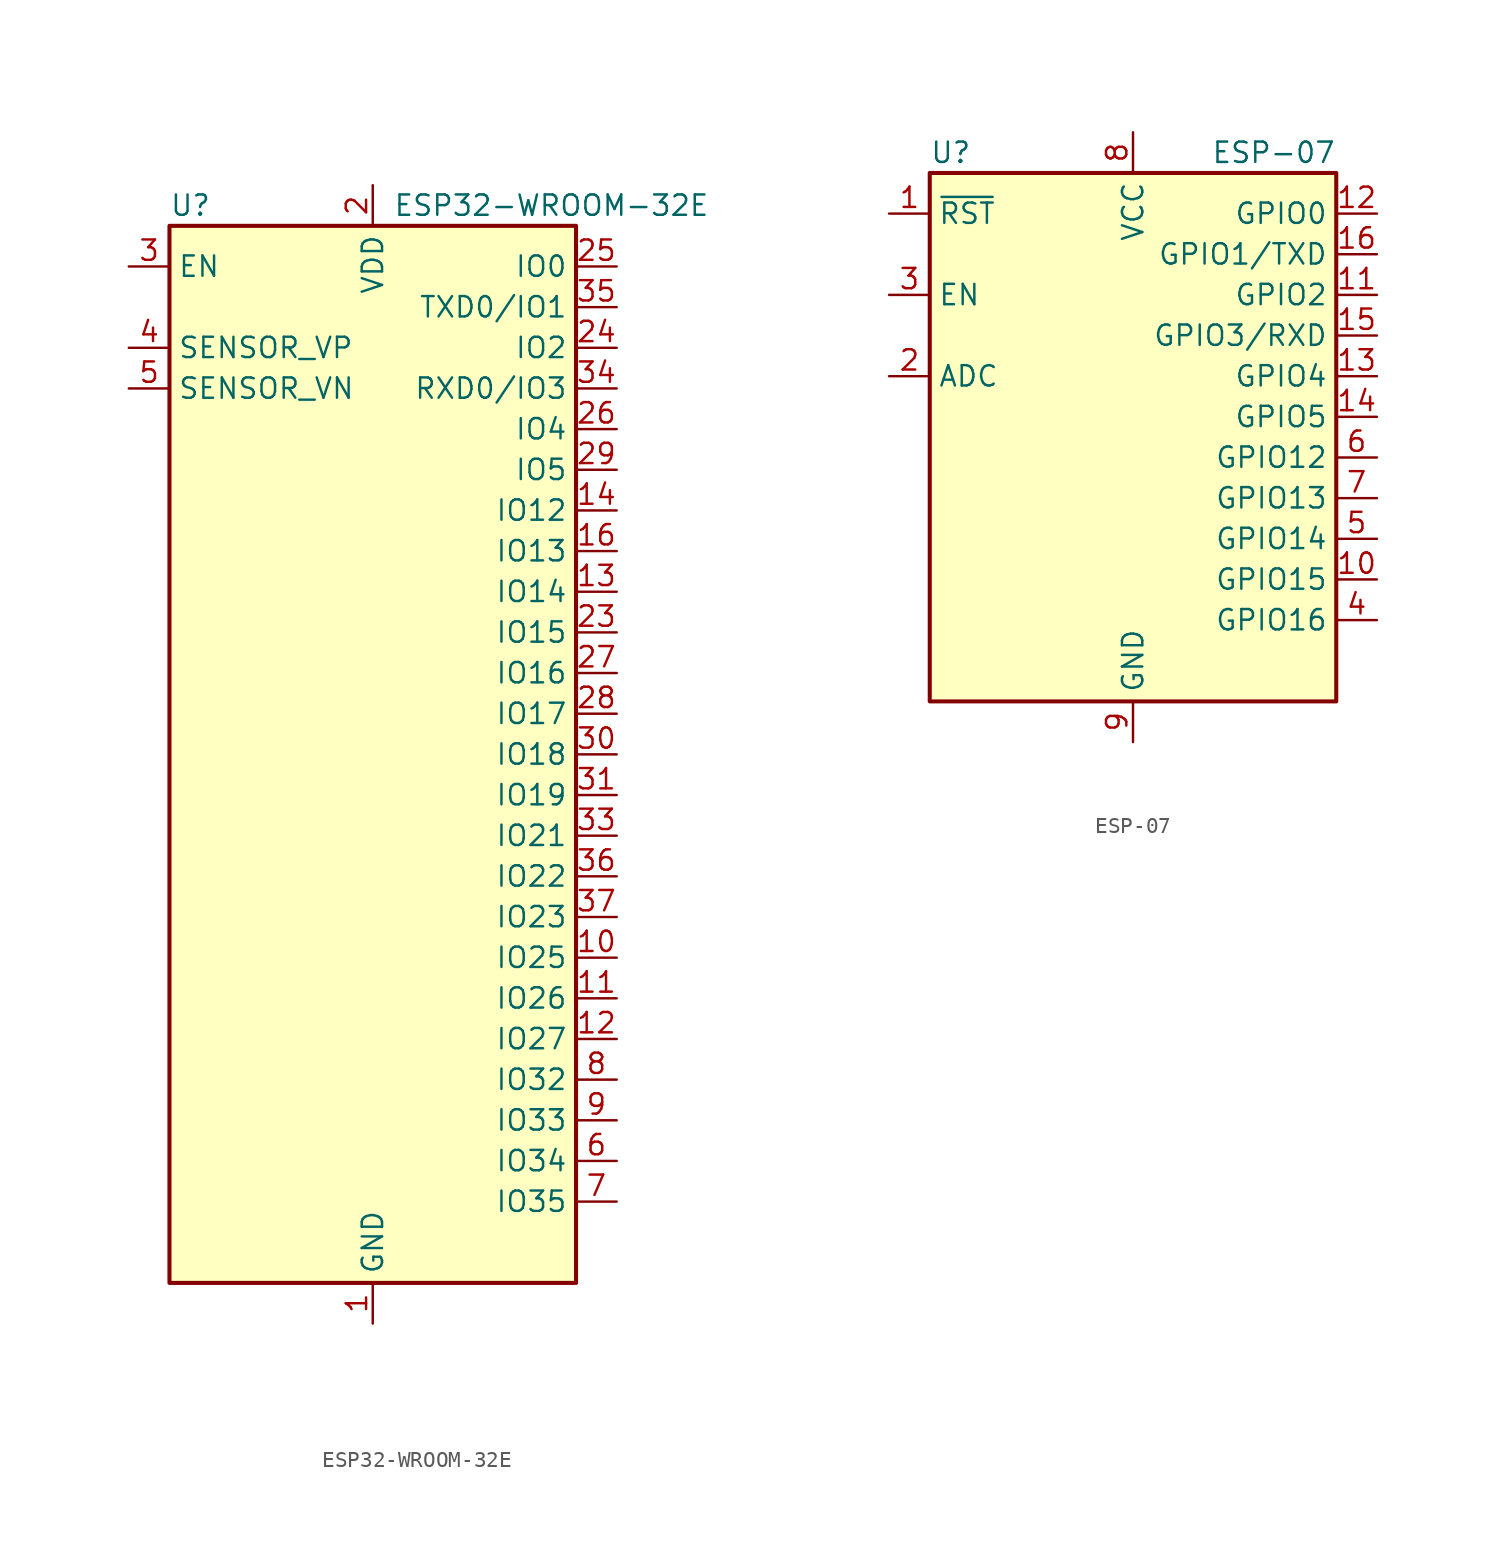
<source format=kicad_sym>
(kicad_symbol_lib
  (version 20231120)
  (generator "kicad_symbol_editor")
  (generator_version "8.0")
  (symbol "ESP32-WROOM-32E"
    (property "Reference" "U"
      (at -12.7 34.29 0)
      (effects (font (size 1.27 1.27)) (justify left)))
    (property "Value" "ESP32-WROOM-32E"
      (at 1.27 34.29 0)
      (effects (font (size 1.27 1.27)) (justify left)))
    (symbol "ESP32-WROOM-32E_0_1"
      (rectangle (start -12.7 33.02) (end 12.7 -33.02) (stroke (width 0.254) (type default)) (fill (type background))))
    (symbol "ESP32-WROOM-32E_1_1"
      (pin power_in line (at 0 -35.56 90) (length 2.54) (name "GND" (effects (font (size 1.27 1.27)))) (number "1" (effects (font (size 1.27 1.27)))))
      (pin bidirectional line (at 15.24 -12.7 180) (length 2.54) (name "IO25" (effects (font (size 1.27 1.27)))) (number "10" (effects (font (size 1.27 1.27)))))
      (pin bidirectional line (at 15.24 -15.24 180) (length 2.54) (name "IO26" (effects (font (size 1.27 1.27)))) (number "11" (effects (font (size 1.27 1.27)))))
      (pin bidirectional line (at 15.24 -17.78 180) (length 2.54) (name "IO27" (effects (font (size 1.27 1.27)))) (number "12" (effects (font (size 1.27 1.27)))))
      (pin bidirectional line (at 15.24 10.16 180) (length 2.54) (name "IO14" (effects (font (size 1.27 1.27)))) (number "13" (effects (font (size 1.27 1.27)))))
      (pin bidirectional line (at 15.24 15.24 180) (length 2.54) (name "IO12" (effects (font (size 1.27 1.27)))) (number "14" (effects (font (size 1.27 1.27)))))
      (pin passive line (at 0 -35.56 90) (length 2.54) hide (name "GND" (effects (font (size 1.27 1.27)))) (number "15" (effects (font (size 1.27 1.27)))))
      (pin bidirectional line (at 15.24 12.7 180) (length 2.54) (name "IO13" (effects (font (size 1.27 1.27)))) (number "16" (effects (font (size 1.27 1.27)))))
      (pin no_connect line (at -12.7 -5.08 0) (length 2.54) hide (name "NC" (effects (font (size 1.27 1.27)))) (number "17" (effects (font (size 1.27 1.27)))))
      (pin no_connect line (at -12.7 -7.62 0) (length 2.54) hide (name "NC" (effects (font (size 1.27 1.27)))) (number "18" (effects (font (size 1.27 1.27)))))
      (pin no_connect line (at -12.7 -12.7 0) (length 2.54) hide (name "NC" (effects (font (size 1.27 1.27)))) (number "19" (effects (font (size 1.27 1.27)))))
      (pin power_in line (at 0 35.56 270) (length 2.54) (name "VDD" (effects (font (size 1.27 1.27)))) (number "2" (effects (font (size 1.27 1.27)))))
      (pin no_connect line (at -12.7 -10.16 0) (length 2.54) hide (name "NC" (effects (font (size 1.27 1.27)))) (number "20" (effects (font (size 1.27 1.27)))))
      (pin no_connect line (at -12.7 0 0) (length 2.54) hide (name "NC" (effects (font (size 1.27 1.27)))) (number "21" (effects (font (size 1.27 1.27)))))
      (pin no_connect line (at -12.7 -2.54 0) (length 2.54) hide (name "NC" (effects (font (size 1.27 1.27)))) (number "22" (effects (font (size 1.27 1.27)))))
      (pin bidirectional line (at 15.24 7.62 180) (length 2.54) (name "IO15" (effects (font (size 1.27 1.27)))) (number "23" (effects (font (size 1.27 1.27)))))
      (pin bidirectional line (at 15.24 25.4 180) (length 2.54) (name "IO2" (effects (font (size 1.27 1.27)))) (number "24" (effects (font (size 1.27 1.27)))))
      (pin bidirectional line (at 15.24 30.48 180) (length 2.54) (name "IO0" (effects (font (size 1.27 1.27)))) (number "25" (effects (font (size 1.27 1.27)))))
      (pin bidirectional line (at 15.24 20.32 180) (length 2.54) (name "IO4" (effects (font (size 1.27 1.27)))) (number "26" (effects (font (size 1.27 1.27)))))
      (pin bidirectional line (at 15.24 5.08 180) (length 2.54) (name "IO16" (effects (font (size 1.27 1.27)))) (number "27" (effects (font (size 1.27 1.27)))))
      (pin bidirectional line (at 15.24 2.54 180) (length 2.54) (name "IO17" (effects (font (size 1.27 1.27)))) (number "28" (effects (font (size 1.27 1.27)))))
      (pin bidirectional line (at 15.24 17.78 180) (length 2.54) (name "IO5" (effects (font (size 1.27 1.27)))) (number "29" (effects (font (size 1.27 1.27)))))
      (pin input line (at -15.24 30.48 0) (length 2.54) (name "EN" (effects (font (size 1.27 1.27)))) (number "3" (effects (font (size 1.27 1.27)))))
      (pin bidirectional line (at 15.24 0 180) (length 2.54) (name "IO18" (effects (font (size 1.27 1.27)))) (number "30" (effects (font (size 1.27 1.27)))))
      (pin bidirectional line (at 15.24 -2.54 180) (length 2.54) (name "IO19" (effects (font (size 1.27 1.27)))) (number "31" (effects (font (size 1.27 1.27)))))
      (pin no_connect line (at -12.7 -27.94 0) (length 2.54) hide (name "NC" (effects (font (size 1.27 1.27)))) (number "32" (effects (font (size 1.27 1.27)))))
      (pin bidirectional line (at 15.24 -5.08 180) (length 2.54) (name "IO21" (effects (font (size 1.27 1.27)))) (number "33" (effects (font (size 1.27 1.27)))))
      (pin bidirectional line (at 15.24 22.86 180) (length 2.54) (name "RXD0/IO3" (effects (font (size 1.27 1.27)))) (number "34" (effects (font (size 1.27 1.27)))))
      (pin bidirectional line (at 15.24 27.94 180) (length 2.54) (name "TXD0/IO1" (effects (font (size 1.27 1.27)))) (number "35" (effects (font (size 1.27 1.27)))))
      (pin bidirectional line (at 15.24 -7.62 180) (length 2.54) (name "IO22" (effects (font (size 1.27 1.27)))) (number "36" (effects (font (size 1.27 1.27)))))
      (pin bidirectional line (at 15.24 -10.16 180) (length 2.54) (name "IO23" (effects (font (size 1.27 1.27)))) (number "37" (effects (font (size 1.27 1.27)))))
      (pin passive line (at 0 -35.56 90) (length 2.54) hide (name "GND" (effects (font (size 1.27 1.27)))) (number "38" (effects (font (size 1.27 1.27)))))
      (pin passive line (at 0 -35.56 90) (length 2.54) hide (name "GND" (effects (font (size 1.27 1.27)))) (number "39" (effects (font (size 1.27 1.27)))))
      (pin input line (at -15.24 25.4 0) (length 2.54) (name "SENSOR_VP" (effects (font (size 1.27 1.27)))) (number "4" (effects (font (size 1.27 1.27)))))
      (pin input line (at -15.24 22.86 0) (length 2.54) (name "SENSOR_VN" (effects (font (size 1.27 1.27)))) (number "5" (effects (font (size 1.27 1.27)))))
      (pin input line (at 15.24 -25.4 180) (length 2.54) (name "IO34" (effects (font (size 1.27 1.27)))) (number "6" (effects (font (size 1.27 1.27)))))
      (pin input line (at 15.24 -27.94 180) (length 2.54) (name "IO35" (effects (font (size 1.27 1.27)))) (number "7" (effects (font (size 1.27 1.27)))))
      (pin bidirectional line (at 15.24 -20.32 180) (length 2.54) (name "IO32" (effects (font (size 1.27 1.27)))) (number "8" (effects (font (size 1.27 1.27)))))
      (pin bidirectional line (at 15.24 -22.86 180) (length 2.54) (name "IO33" (effects (font (size 1.27 1.27)))) (number "9" (effects (font (size 1.27 1.27)))))))
  (symbol "ESP-07"
    (property "Reference" "U"
      (at -12.7 19.05 0)
      (effects (font (size 1.27 1.27)) (justify left)))
    (property "Value" "ESP-07"
      (at 12.7 19.05 0)
      (effects (font (size 1.27 1.27)) (justify right)))
    (symbol "ESP-07_0_1"
      (rectangle (start -12.7 17.78) (end 12.7 -15.24) (stroke (width 0.254) (type default)) (fill (type background))))
    (symbol "ESP-07_1_1"
      (pin input line (at -15.24 15.24 0) (length 2.54) (name "~{RST}" (effects (font (size 1.27 1.27)))) (number "1" (effects (font (size 1.27 1.27)))))
      (pin bidirectional line (at 15.24 -7.62 180) (length 2.54) (name "GPIO15" (effects (font (size 1.27 1.27)))) (number "10" (effects (font (size 1.27 1.27)))))
      (pin bidirectional line (at 15.24 10.16 180) (length 2.54) (name "GPIO2" (effects (font (size 1.27 1.27)))) (number "11" (effects (font (size 1.27 1.27)))))
      (pin bidirectional line (at 15.24 15.24 180) (length 2.54) (name "GPIO0" (effects (font (size 1.27 1.27)))) (number "12" (effects (font (size 1.27 1.27)))))
      (pin bidirectional line (at 15.24 5.08 180) (length 2.54) (name "GPIO4" (effects (font (size 1.27 1.27)))) (number "13" (effects (font (size 1.27 1.27)))))
      (pin bidirectional line (at 15.24 2.54 180) (length 2.54) (name "GPIO5" (effects (font (size 1.27 1.27)))) (number "14" (effects (font (size 1.27 1.27)))))
      (pin bidirectional line (at 15.24 7.62 180) (length 2.54) (name "GPIO3/RXD" (effects (font (size 1.27 1.27)))) (number "15" (effects (font (size 1.27 1.27)))))
      (pin bidirectional line (at 15.24 12.7 180) (length 2.54) (name "GPIO1/TXD" (effects (font (size 1.27 1.27)))) (number "16" (effects (font (size 1.27 1.27)))))
      (pin input line (at -15.24 5.08 0) (length 2.54) (name "ADC" (effects (font (size 1.27 1.27)))) (number "2" (effects (font (size 1.27 1.27)))))
      (pin input line (at -15.24 10.16 0) (length 2.54) (name "EN" (effects (font (size 1.27 1.27)))) (number "3" (effects (font (size 1.27 1.27)))))
      (pin bidirectional line (at 15.24 -10.16 180) (length 2.54) (name "GPIO16" (effects (font (size 1.27 1.27)))) (number "4" (effects (font (size 1.27 1.27)))))
      (pin bidirectional line (at 15.24 -5.08 180) (length 2.54) (name "GPIO14" (effects (font (size 1.27 1.27)))) (number "5" (effects (font (size 1.27 1.27)))))
      (pin bidirectional line (at 15.24 0 180) (length 2.54) (name "GPIO12" (effects (font (size 1.27 1.27)))) (number "6" (effects (font (size 1.27 1.27)))))
      (pin bidirectional line (at 15.24 -2.54 180) (length 2.54) (name "GPIO13" (effects (font (size 1.27 1.27)))) (number "7" (effects (font (size 1.27 1.27)))))
      (pin power_in line (at 0 20.32 270) (length 2.54) (name "VCC" (effects (font (size 1.27 1.27)))) (number "8" (effects (font (size 1.27 1.27)))))
      (pin power_in line (at 0 -17.78 90) (length 2.54) (name "GND" (effects (font (size 1.27 1.27)))) (number "9" (effects (font (size 1.27 1.27))))))))
</source>
